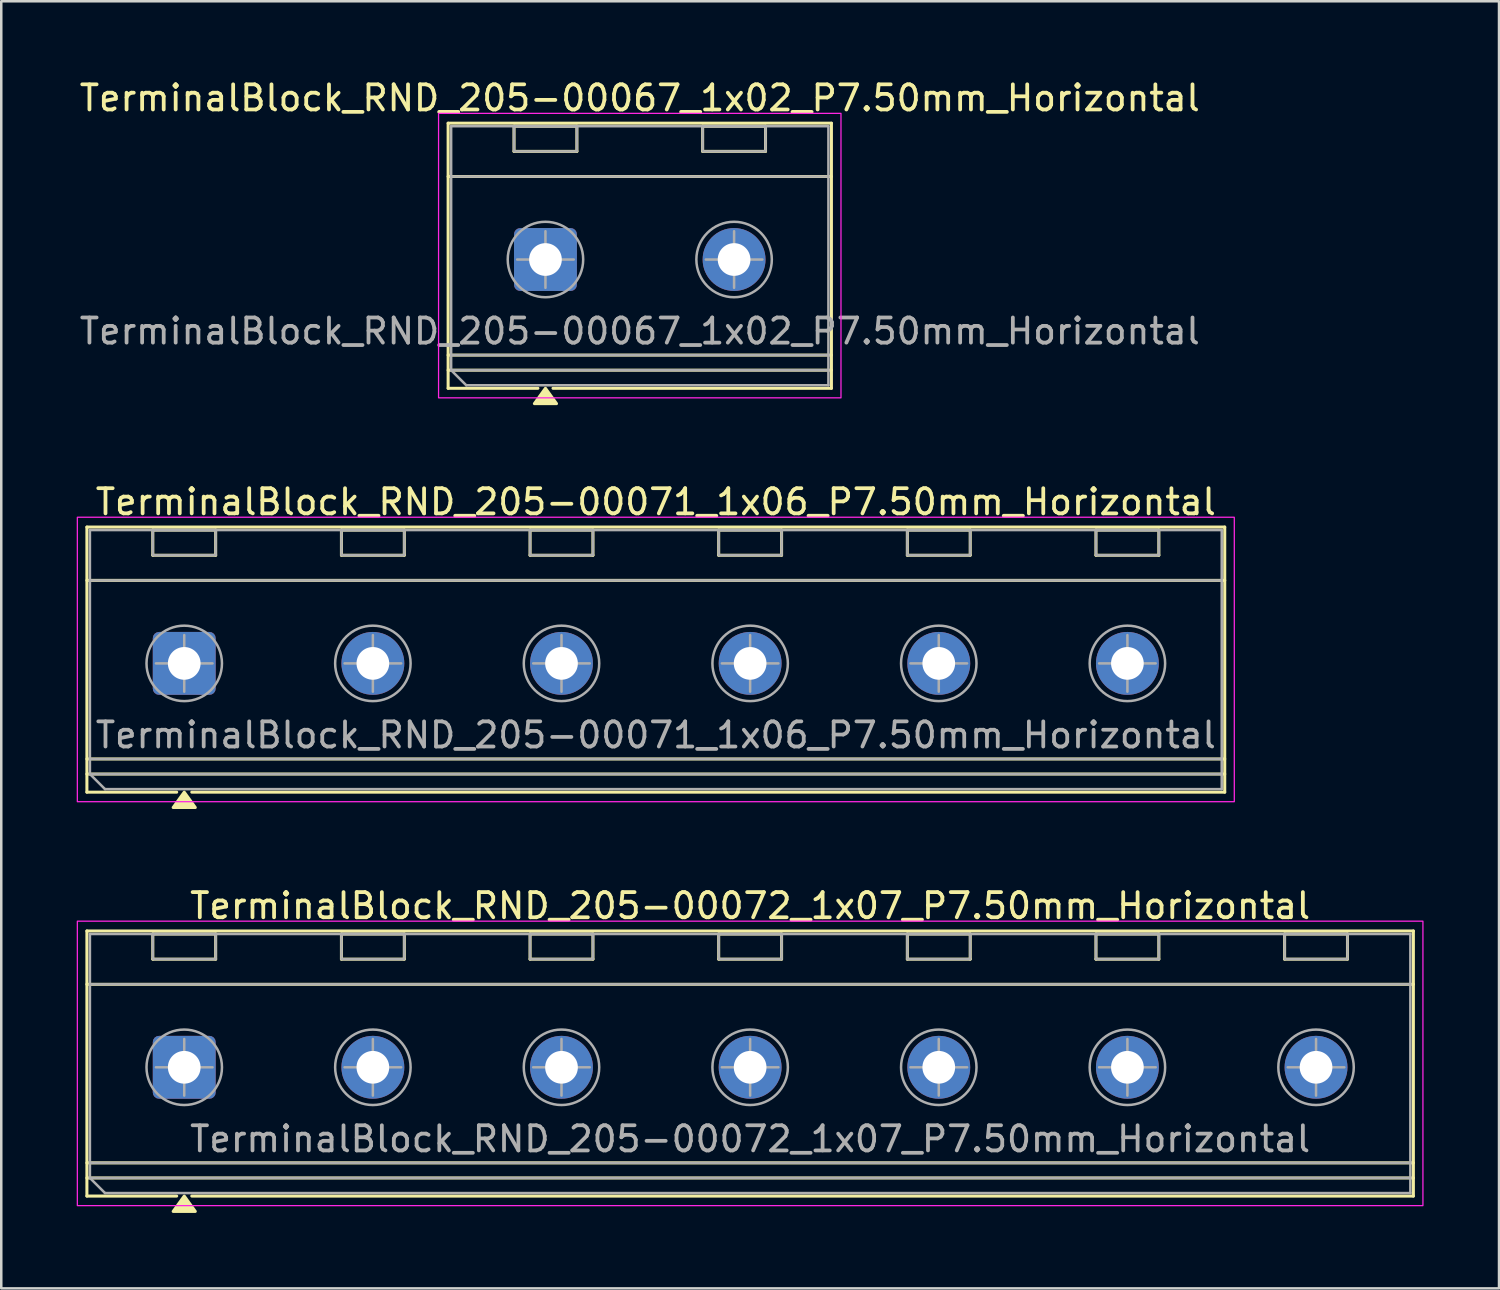
<source format=kicad_pcb>
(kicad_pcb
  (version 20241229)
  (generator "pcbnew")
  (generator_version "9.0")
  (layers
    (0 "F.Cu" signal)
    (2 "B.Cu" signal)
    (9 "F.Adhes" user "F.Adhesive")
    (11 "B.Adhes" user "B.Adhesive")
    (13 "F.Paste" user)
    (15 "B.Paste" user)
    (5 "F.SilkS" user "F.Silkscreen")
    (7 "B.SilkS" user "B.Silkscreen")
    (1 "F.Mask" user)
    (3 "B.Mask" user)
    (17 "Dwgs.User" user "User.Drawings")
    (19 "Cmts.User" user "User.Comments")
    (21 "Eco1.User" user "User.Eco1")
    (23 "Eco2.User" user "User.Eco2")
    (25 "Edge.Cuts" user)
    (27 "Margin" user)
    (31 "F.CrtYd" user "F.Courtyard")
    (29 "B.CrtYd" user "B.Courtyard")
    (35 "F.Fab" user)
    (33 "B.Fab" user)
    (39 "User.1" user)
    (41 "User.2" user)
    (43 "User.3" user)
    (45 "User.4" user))
  (footprint "TerminalBlock_RND_205-00067_1x02_P7.50mm_Horizontal"
    (layer "F.Cu")
    (at 18.637 7.268)
    (property "Reference" "TerminalBlock_RND_205-00067_1x02_P7.50mm_Horizontal" (at 3.75 -6.42 0) (layer "F.SilkS") (effects (font (size 1 1) (thickness 0.15))))
    (attr through_hole)
    (fp_line (start -3.87 -5.42) (end 11.37 -5.42) (stroke (width 0.12) (type solid)) (layer "F.SilkS"))
    (fp_line (start -3.87 -3.3) (end 11.37 -3.3) (stroke (width 0.12) (type solid)) (layer "F.SilkS"))
    (fp_line (start -3.87 3.8) (end 11.37 3.8) (stroke (width 0.12) (type solid)) (layer "F.SilkS"))
    (fp_line (start -3.87 4.4) (end 11.37 4.4) (stroke (width 0.12) (type solid)) (layer "F.SilkS"))
    (fp_line (start -3.87 5.12) (end -3.87 -5.42) (stroke (width 0.12) (type solid)) (layer "F.SilkS"))
    (fp_line (start -1.25 -5.3) (end 1.25 -5.3) (stroke (width 0.12) (type solid)) (layer "F.SilkS"))
    (fp_line (start -1.25 -4.3) (end -1.25 -5.3) (stroke (width 0.12) (type solid)) (layer "F.SilkS"))
    (fp_line (start -0.3 5.12) (end -3.87 5.12) (stroke (width 0.12) (type solid)) (layer "F.SilkS"))
    (fp_line (start 1.25 -5.3) (end 1.25 -4.3) (stroke (width 0.12) (type solid)) (layer "F.SilkS"))
    (fp_line (start 1.25 -4.3) (end -1.25 -4.3) (stroke (width 0.12) (type solid)) (layer "F.SilkS"))
    (fp_line (start 6.25 -5.3) (end 8.75 -5.3) (stroke (width 0.12) (type solid)) (layer "F.SilkS"))
    (fp_line (start 6.25 -4.3) (end 6.25 -5.3) (stroke (width 0.12) (type solid)) (layer "F.SilkS"))
    (fp_line (start 8.75 -5.3) (end 8.75 -4.3) (stroke (width 0.12) (type solid)) (layer "F.SilkS"))
    (fp_line (start 8.75 -4.3) (end 6.25 -4.3) (stroke (width 0.12) (type solid)) (layer "F.SilkS"))
    (fp_line (start 11.37 -5.42) (end 11.37 5.12) (stroke (width 0.12) (type solid)) (layer "F.SilkS"))
    (fp_line (start 11.37 5.12) (end 0.3 5.12) (stroke (width 0.12) (type solid)) (layer "F.SilkS"))
    (fp_poly (pts (xy 0 5.12) (xy 0.44 5.73) (xy -0.44 5.73)) (stroke (width 0.12) (type solid)) (fill yes) (layer "F.SilkS"))
    (fp_rect (start -4.25 -5.81) (end 11.75 5.5) (stroke (width 0.05) (type solid)) (fill no) (layer "F.CrtYd"))
    (fp_line (start -3.75 -5.3) (end 11.25 -5.3) (stroke (width 0.1) (type solid)) (layer "F.Fab"))
    (fp_line (start -3.75 -3.3) (end 11.25 -3.3) (stroke (width 0.1) (type solid)) (layer "F.Fab"))
    (fp_line (start -3.75 3.8) (end 11.25 3.8) (stroke (width 0.1) (type solid)) (layer "F.Fab"))
    (fp_line (start -3.75 4.4) (end -3.75 -5.3) (stroke (width 0.1) (type solid)) (layer "F.Fab"))
    (fp_line (start -3.75 4.4) (end 11.25 4.4) (stroke (width 0.1) (type solid)) (layer "F.Fab"))
    (fp_line (start -3.15 5) (end -3.75 4.4) (stroke (width 0.1) (type solid)) (layer "F.Fab"))
    (fp_line (start -1.125 0) (end 1.125 0) (stroke (width 0.1) (type solid)) (layer "F.Fab"))
    (fp_line (start 0 -1.125) (end 0 1.125) (stroke (width 0.1) (type solid)) (layer "F.Fab"))
    (fp_line (start 6.375 0) (end 8.625 0) (stroke (width 0.1) (type solid)) (layer "F.Fab"))
    (fp_line (start 7.5 -1.125) (end 7.5 1.125) (stroke (width 0.1) (type solid)) (layer "F.Fab"))
    (fp_line (start 11.25 -5.3) (end 11.25 5) (stroke (width 0.1) (type solid)) (layer "F.Fab"))
    (fp_line (start 11.25 5) (end -3.15 5) (stroke (width 0.1) (type solid)) (layer "F.Fab"))
    (fp_rect (start -1.25 -5.3) (end 1.25 -4.3) (stroke (width 0.1) (type solid)) (fill no) (layer "F.Fab"))
    (fp_rect (start 6.25 -5.3) (end 8.75 -4.3) (stroke (width 0.1) (type solid)) (fill no) (layer "F.Fab"))
    (fp_circle (center 0 0) (end 1.5 0) (stroke (width 0.1) (type solid)) (fill no) (layer "F.Fab"))
    (fp_circle (center 7.5 0) (end 9 0) (stroke (width 0.1) (type solid)) (fill no) (layer "F.Fab"))
    (fp_text user "${REFERENCE}" (at 3.75 2.85 0) (layer "F.Fab") (effects (font (size 1 1) (thickness 0.15))))
    (pad "1" thru_hole roundrect (at 0 0) (size 2.5 2.5) (drill 1.3) (layers "*.Cu" "*.Mask") (roundrect_rratio 0.1))
    (pad "2" thru_hole circle (at 7.5 0) (size 2.5 2.5) (drill 1.3) (layers "*.Cu" "*.Mask")))
  (footprint "TerminalBlock_RND_205-00071_1x06_P7.50mm_Horizontal"
    (layer "F.Cu")
    (at 4.275 23.326)
    (property "Reference" "TerminalBlock_RND_205-00071_1x06_P7.50mm_Horizontal" (at 18.75 -6.42 0) (layer "F.SilkS") (effects (font (size 1 1) (thickness 0.15))))
    (attr through_hole)
    (fp_line (start -3.87 -5.42) (end 41.37 -5.42) (stroke (width 0.12) (type solid)) (layer "F.SilkS"))
    (fp_line (start -3.87 -3.3) (end 41.37 -3.3) (stroke (width 0.12) (type solid)) (layer "F.SilkS"))
    (fp_line (start -3.87 3.8) (end 41.37 3.8) (stroke (width 0.12) (type solid)) (layer "F.SilkS"))
    (fp_line (start -3.87 4.4) (end 41.37 4.4) (stroke (width 0.12) (type solid)) (layer "F.SilkS"))
    (fp_line (start -3.87 5.12) (end -3.87 -5.42) (stroke (width 0.12) (type solid)) (layer "F.SilkS"))
    (fp_line (start -1.25 -5.3) (end 1.25 -5.3) (stroke (width 0.12) (type solid)) (layer "F.SilkS"))
    (fp_line (start -1.25 -4.3) (end -1.25 -5.3) (stroke (width 0.12) (type solid)) (layer "F.SilkS"))
    (fp_line (start -0.3 5.12) (end -3.87 5.12) (stroke (width 0.12) (type solid)) (layer "F.SilkS"))
    (fp_line (start 1.25 -5.3) (end 1.25 -4.3) (stroke (width 0.12) (type solid)) (layer "F.SilkS"))
    (fp_line (start 1.25 -4.3) (end -1.25 -4.3) (stroke (width 0.12) (type solid)) (layer "F.SilkS"))
    (fp_line (start 6.25 -5.3) (end 8.75 -5.3) (stroke (width 0.12) (type solid)) (layer "F.SilkS"))
    (fp_line (start 6.25 -4.3) (end 6.25 -5.3) (stroke (width 0.12) (type solid)) (layer "F.SilkS"))
    (fp_line (start 8.75 -5.3) (end 8.75 -4.3) (stroke (width 0.12) (type solid)) (layer "F.SilkS"))
    (fp_line (start 8.75 -4.3) (end 6.25 -4.3) (stroke (width 0.12) (type solid)) (layer "F.SilkS"))
    (fp_line (start 13.75 -5.3) (end 16.25 -5.3) (stroke (width 0.12) (type solid)) (layer "F.SilkS"))
    (fp_line (start 13.75 -4.3) (end 13.75 -5.3) (stroke (width 0.12) (type solid)) (layer "F.SilkS"))
    (fp_line (start 16.25 -5.3) (end 16.25 -4.3) (stroke (width 0.12) (type solid)) (layer "F.SilkS"))
    (fp_line (start 16.25 -4.3) (end 13.75 -4.3) (stroke (width 0.12) (type solid)) (layer "F.SilkS"))
    (fp_line (start 21.25 -5.3) (end 23.75 -5.3) (stroke (width 0.12) (type solid)) (layer "F.SilkS"))
    (fp_line (start 21.25 -4.3) (end 21.25 -5.3) (stroke (width 0.12) (type solid)) (layer "F.SilkS"))
    (fp_line (start 23.75 -5.3) (end 23.75 -4.3) (stroke (width 0.12) (type solid)) (layer "F.SilkS"))
    (fp_line (start 23.75 -4.3) (end 21.25 -4.3) (stroke (width 0.12) (type solid)) (layer "F.SilkS"))
    (fp_line (start 28.75 -5.3) (end 31.25 -5.3) (stroke (width 0.12) (type solid)) (layer "F.SilkS"))
    (fp_line (start 28.75 -4.3) (end 28.75 -5.3) (stroke (width 0.12) (type solid)) (layer "F.SilkS"))
    (fp_line (start 31.25 -5.3) (end 31.25 -4.3) (stroke (width 0.12) (type solid)) (layer "F.SilkS"))
    (fp_line (start 31.25 -4.3) (end 28.75 -4.3) (stroke (width 0.12) (type solid)) (layer "F.SilkS"))
    (fp_line (start 36.25 -5.3) (end 38.75 -5.3) (stroke (width 0.12) (type solid)) (layer "F.SilkS"))
    (fp_line (start 36.25 -4.3) (end 36.25 -5.3) (stroke (width 0.12) (type solid)) (layer "F.SilkS"))
    (fp_line (start 38.75 -5.3) (end 38.75 -4.3) (stroke (width 0.12) (type solid)) (layer "F.SilkS"))
    (fp_line (start 38.75 -4.3) (end 36.25 -4.3) (stroke (width 0.12) (type solid)) (layer "F.SilkS"))
    (fp_line (start 41.37 -5.42) (end 41.37 5.12) (stroke (width 0.12) (type solid)) (layer "F.SilkS"))
    (fp_line (start 41.37 5.12) (end 0.3 5.12) (stroke (width 0.12) (type solid)) (layer "F.SilkS"))
    (fp_poly (pts (xy 0 5.12) (xy 0.44 5.73) (xy -0.44 5.73)) (stroke (width 0.12) (type solid)) (fill yes) (layer "F.SilkS"))
    (fp_rect (start -4.25 -5.81) (end 41.75 5.5) (stroke (width 0.05) (type solid)) (fill no) (layer "F.CrtYd"))
    (fp_line (start -3.75 -5.3) (end 41.25 -5.3) (stroke (width 0.1) (type solid)) (layer "F.Fab"))
    (fp_line (start -3.75 -3.3) (end 41.25 -3.3) (stroke (width 0.1) (type solid)) (layer "F.Fab"))
    (fp_line (start -3.75 3.8) (end 41.25 3.8) (stroke (width 0.1) (type solid)) (layer "F.Fab"))
    (fp_line (start -3.75 4.4) (end -3.75 -5.3) (stroke (width 0.1) (type solid)) (layer "F.Fab"))
    (fp_line (start -3.75 4.4) (end 41.25 4.4) (stroke (width 0.1) (type solid)) (layer "F.Fab"))
    (fp_line (start -3.15 5) (end -3.75 4.4) (stroke (width 0.1) (type solid)) (layer "F.Fab"))
    (fp_line (start -1.125 0) (end 1.125 0) (stroke (width 0.1) (type solid)) (layer "F.Fab"))
    (fp_line (start 0 -1.125) (end 0 1.125) (stroke (width 0.1) (type solid)) (layer "F.Fab"))
    (fp_line (start 6.375 0) (end 8.625 0) (stroke (width 0.1) (type solid)) (layer "F.Fab"))
    (fp_line (start 7.5 -1.125) (end 7.5 1.125) (stroke (width 0.1) (type solid)) (layer "F.Fab"))
    (fp_line (start 13.875 0) (end 16.125 0) (stroke (width 0.1) (type solid)) (layer "F.Fab"))
    (fp_line (start 15 -1.125) (end 15 1.125) (stroke (width 0.1) (type solid)) (layer "F.Fab"))
    (fp_line (start 21.375 0) (end 23.625 0) (stroke (width 0.1) (type solid)) (layer "F.Fab"))
    (fp_line (start 22.5 -1.125) (end 22.5 1.125) (stroke (width 0.1) (type solid)) (layer "F.Fab"))
    (fp_line (start 28.875 0) (end 31.125 0) (stroke (width 0.1) (type solid)) (layer "F.Fab"))
    (fp_line (start 30 -1.125) (end 30 1.125) (stroke (width 0.1) (type solid)) (layer "F.Fab"))
    (fp_line (start 36.375 0) (end 38.625 0) (stroke (width 0.1) (type solid)) (layer "F.Fab"))
    (fp_line (start 37.5 -1.125) (end 37.5 1.125) (stroke (width 0.1) (type solid)) (layer "F.Fab"))
    (fp_line (start 41.25 -5.3) (end 41.25 5) (stroke (width 0.1) (type solid)) (layer "F.Fab"))
    (fp_line (start 41.25 5) (end -3.15 5) (stroke (width 0.1) (type solid)) (layer "F.Fab"))
    (fp_rect (start -1.25 -5.3) (end 1.25 -4.3) (stroke (width 0.1) (type solid)) (fill no) (layer "F.Fab"))
    (fp_rect (start 6.25 -5.3) (end 8.75 -4.3) (stroke (width 0.1) (type solid)) (fill no) (layer "F.Fab"))
    (fp_rect (start 13.75 -5.3) (end 16.25 -4.3) (stroke (width 0.1) (type solid)) (fill no) (layer "F.Fab"))
    (fp_rect (start 21.25 -5.3) (end 23.75 -4.3) (stroke (width 0.1) (type solid)) (fill no) (layer "F.Fab"))
    (fp_rect (start 28.75 -5.3) (end 31.25 -4.3) (stroke (width 0.1) (type solid)) (fill no) (layer "F.Fab"))
    (fp_rect (start 36.25 -5.3) (end 38.75 -4.3) (stroke (width 0.1) (type solid)) (fill no) (layer "F.Fab"))
    (fp_circle (center 0 0) (end 1.5 0) (stroke (width 0.1) (type solid)) (fill no) (layer "F.Fab"))
    (fp_circle (center 7.5 0) (end 9 0) (stroke (width 0.1) (type solid)) (fill no) (layer "F.Fab"))
    (fp_circle (center 15 0) (end 16.5 0) (stroke (width 0.1) (type solid)) (fill no) (layer "F.Fab"))
    (fp_circle (center 22.5 0) (end 24 0) (stroke (width 0.1) (type solid)) (fill no) (layer "F.Fab"))
    (fp_circle (center 30 0) (end 31.5 0) (stroke (width 0.1) (type solid)) (fill no) (layer "F.Fab"))
    (fp_circle (center 37.5 0) (end 39 0) (stroke (width 0.1) (type solid)) (fill no) (layer "F.Fab"))
    (fp_text user "${REFERENCE}" (at 18.75 2.85 0) (layer "F.Fab") (effects (font (size 1 1) (thickness 0.15))))
    (pad "1" thru_hole roundrect (at 0 0) (size 2.5 2.5) (drill 1.3) (layers "*.Cu" "*.Mask") (roundrect_rratio 0.1))
    (pad "2" thru_hole circle (at 7.5 0) (size 2.5 2.5) (drill 1.3) (layers "*.Cu" "*.Mask"))
    (pad "3" thru_hole circle (at 15 0) (size 2.5 2.5) (drill 1.3) (layers "*.Cu" "*.Mask"))
    (pad "4" thru_hole circle (at 22.5 0) (size 2.5 2.5) (drill 1.3) (layers "*.Cu" "*.Mask"))
    (pad "5" thru_hole circle (at 30 0) (size 2.5 2.5) (drill 1.3) (layers "*.Cu" "*.Mask"))
    (pad "6" thru_hole circle (at 37.5 0) (size 2.5 2.5) (drill 1.3) (layers "*.Cu" "*.Mask")))
  (footprint "TerminalBlock_RND_205-00072_1x07_P7.50mm_Horizontal"
    (layer "F.Cu")
    (at 4.275 39.385)
    (property "Reference" "TerminalBlock_RND_205-00072_1x07_P7.50mm_Horizontal" (at 22.5 -6.42 0) (layer "F.SilkS") (effects (font (size 1 1) (thickness 0.15))))
    (attr through_hole)
    (fp_line (start -3.87 -5.42) (end 48.87 -5.42) (stroke (width 0.12) (type solid)) (layer "F.SilkS"))
    (fp_line (start -3.87 -3.3) (end 48.87 -3.3) (stroke (width 0.12) (type solid)) (layer "F.SilkS"))
    (fp_line (start -3.87 3.8) (end 48.87 3.8) (stroke (width 0.12) (type solid)) (layer "F.SilkS"))
    (fp_line (start -3.87 4.4) (end 48.87 4.4) (stroke (width 0.12) (type solid)) (layer "F.SilkS"))
    (fp_line (start -3.87 5.12) (end -3.87 -5.42) (stroke (width 0.12) (type solid)) (layer "F.SilkS"))
    (fp_line (start -1.25 -5.3) (end 1.25 -5.3) (stroke (width 0.12) (type solid)) (layer "F.SilkS"))
    (fp_line (start -1.25 -4.3) (end -1.25 -5.3) (stroke (width 0.12) (type solid)) (layer "F.SilkS"))
    (fp_line (start -0.3 5.12) (end -3.87 5.12) (stroke (width 0.12) (type solid)) (layer "F.SilkS"))
    (fp_line (start 1.25 -5.3) (end 1.25 -4.3) (stroke (width 0.12) (type solid)) (layer "F.SilkS"))
    (fp_line (start 1.25 -4.3) (end -1.25 -4.3) (stroke (width 0.12) (type solid)) (layer "F.SilkS"))
    (fp_line (start 6.25 -5.3) (end 8.75 -5.3) (stroke (width 0.12) (type solid)) (layer "F.SilkS"))
    (fp_line (start 6.25 -4.3) (end 6.25 -5.3) (stroke (width 0.12) (type solid)) (layer "F.SilkS"))
    (fp_line (start 8.75 -5.3) (end 8.75 -4.3) (stroke (width 0.12) (type solid)) (layer "F.SilkS"))
    (fp_line (start 8.75 -4.3) (end 6.25 -4.3) (stroke (width 0.12) (type solid)) (layer "F.SilkS"))
    (fp_line (start 13.75 -5.3) (end 16.25 -5.3) (stroke (width 0.12) (type solid)) (layer "F.SilkS"))
    (fp_line (start 13.75 -4.3) (end 13.75 -5.3) (stroke (width 0.12) (type solid)) (layer "F.SilkS"))
    (fp_line (start 16.25 -5.3) (end 16.25 -4.3) (stroke (width 0.12) (type solid)) (layer "F.SilkS"))
    (fp_line (start 16.25 -4.3) (end 13.75 -4.3) (stroke (width 0.12) (type solid)) (layer "F.SilkS"))
    (fp_line (start 21.25 -5.3) (end 23.75 -5.3) (stroke (width 0.12) (type solid)) (layer "F.SilkS"))
    (fp_line (start 21.25 -4.3) (end 21.25 -5.3) (stroke (width 0.12) (type solid)) (layer "F.SilkS"))
    (fp_line (start 23.75 -5.3) (end 23.75 -4.3) (stroke (width 0.12) (type solid)) (layer "F.SilkS"))
    (fp_line (start 23.75 -4.3) (end 21.25 -4.3) (stroke (width 0.12) (type solid)) (layer "F.SilkS"))
    (fp_line (start 28.75 -5.3) (end 31.25 -5.3) (stroke (width 0.12) (type solid)) (layer "F.SilkS"))
    (fp_line (start 28.75 -4.3) (end 28.75 -5.3) (stroke (width 0.12) (type solid)) (layer "F.SilkS"))
    (fp_line (start 31.25 -5.3) (end 31.25 -4.3) (stroke (width 0.12) (type solid)) (layer "F.SilkS"))
    (fp_line (start 31.25 -4.3) (end 28.75 -4.3) (stroke (width 0.12) (type solid)) (layer "F.SilkS"))
    (fp_line (start 36.25 -5.3) (end 38.75 -5.3) (stroke (width 0.12) (type solid)) (layer "F.SilkS"))
    (fp_line (start 36.25 -4.3) (end 36.25 -5.3) (stroke (width 0.12) (type solid)) (layer "F.SilkS"))
    (fp_line (start 38.75 -5.3) (end 38.75 -4.3) (stroke (width 0.12) (type solid)) (layer "F.SilkS"))
    (fp_line (start 38.75 -4.3) (end 36.25 -4.3) (stroke (width 0.12) (type solid)) (layer "F.SilkS"))
    (fp_line (start 43.75 -5.3) (end 46.25 -5.3) (stroke (width 0.12) (type solid)) (layer "F.SilkS"))
    (fp_line (start 43.75 -4.3) (end 43.75 -5.3) (stroke (width 0.12) (type solid)) (layer "F.SilkS"))
    (fp_line (start 46.25 -5.3) (end 46.25 -4.3) (stroke (width 0.12) (type solid)) (layer "F.SilkS"))
    (fp_line (start 46.25 -4.3) (end 43.75 -4.3) (stroke (width 0.12) (type solid)) (layer "F.SilkS"))
    (fp_line (start 48.87 -5.42) (end 48.87 5.12) (stroke (width 0.12) (type solid)) (layer "F.SilkS"))
    (fp_line (start 48.87 5.12) (end 0.3 5.12) (stroke (width 0.12) (type solid)) (layer "F.SilkS"))
    (fp_poly (pts (xy 0 5.12) (xy 0.44 5.73) (xy -0.44 5.73)) (stroke (width 0.12) (type solid)) (fill yes) (layer "F.SilkS"))
    (fp_rect (start -4.25 -5.81) (end 49.25 5.5) (stroke (width 0.05) (type solid)) (fill no) (layer "F.CrtYd"))
    (fp_line (start -3.75 -5.3) (end 48.75 -5.3) (stroke (width 0.1) (type solid)) (layer "F.Fab"))
    (fp_line (start -3.75 -3.3) (end 48.75 -3.3) (stroke (width 0.1) (type solid)) (layer "F.Fab"))
    (fp_line (start -3.75 3.8) (end 48.75 3.8) (stroke (width 0.1) (type solid)) (layer "F.Fab"))
    (fp_line (start -3.75 4.4) (end -3.75 -5.3) (stroke (width 0.1) (type solid)) (layer "F.Fab"))
    (fp_line (start -3.75 4.4) (end 48.75 4.4) (stroke (width 0.1) (type solid)) (layer "F.Fab"))
    (fp_line (start -3.15 5) (end -3.75 4.4) (stroke (width 0.1) (type solid)) (layer "F.Fab"))
    (fp_line (start -1.125 0) (end 1.125 0) (stroke (width 0.1) (type solid)) (layer "F.Fab"))
    (fp_line (start 0 -1.125) (end 0 1.125) (stroke (width 0.1) (type solid)) (layer "F.Fab"))
    (fp_line (start 6.375 0) (end 8.625 0) (stroke (width 0.1) (type solid)) (layer "F.Fab"))
    (fp_line (start 7.5 -1.125) (end 7.5 1.125) (stroke (width 0.1) (type solid)) (layer "F.Fab"))
    (fp_line (start 13.875 0) (end 16.125 0) (stroke (width 0.1) (type solid)) (layer "F.Fab"))
    (fp_line (start 15 -1.125) (end 15 1.125) (stroke (width 0.1) (type solid)) (layer "F.Fab"))
    (fp_line (start 21.375 0) (end 23.625 0) (stroke (width 0.1) (type solid)) (layer "F.Fab"))
    (fp_line (start 22.5 -1.125) (end 22.5 1.125) (stroke (width 0.1) (type solid)) (layer "F.Fab"))
    (fp_line (start 28.875 0) (end 31.125 0) (stroke (width 0.1) (type solid)) (layer "F.Fab"))
    (fp_line (start 30 -1.125) (end 30 1.125) (stroke (width 0.1) (type solid)) (layer "F.Fab"))
    (fp_line (start 36.375 0) (end 38.625 0) (stroke (width 0.1) (type solid)) (layer "F.Fab"))
    (fp_line (start 37.5 -1.125) (end 37.5 1.125) (stroke (width 0.1) (type solid)) (layer "F.Fab"))
    (fp_line (start 43.875 0) (end 46.125 0) (stroke (width 0.1) (type solid)) (layer "F.Fab"))
    (fp_line (start 45 -1.125) (end 45 1.125) (stroke (width 0.1) (type solid)) (layer "F.Fab"))
    (fp_line (start 48.75 -5.3) (end 48.75 5) (stroke (width 0.1) (type solid)) (layer "F.Fab"))
    (fp_line (start 48.75 5) (end -3.15 5) (stroke (width 0.1) (type solid)) (layer "F.Fab"))
    (fp_rect (start -1.25 -5.3) (end 1.25 -4.3) (stroke (width 0.1) (type solid)) (fill no) (layer "F.Fab"))
    (fp_rect (start 6.25 -5.3) (end 8.75 -4.3) (stroke (width 0.1) (type solid)) (fill no) (layer "F.Fab"))
    (fp_rect (start 13.75 -5.3) (end 16.25 -4.3) (stroke (width 0.1) (type solid)) (fill no) (layer "F.Fab"))
    (fp_rect (start 21.25 -5.3) (end 23.75 -4.3) (stroke (width 0.1) (type solid)) (fill no) (layer "F.Fab"))
    (fp_rect (start 28.75 -5.3) (end 31.25 -4.3) (stroke (width 0.1) (type solid)) (fill no) (layer "F.Fab"))
    (fp_rect (start 36.25 -5.3) (end 38.75 -4.3) (stroke (width 0.1) (type solid)) (fill no) (layer "F.Fab"))
    (fp_rect (start 43.75 -5.3) (end 46.25 -4.3) (stroke (width 0.1) (type solid)) (fill no) (layer "F.Fab"))
    (fp_circle (center 0 0) (end 1.5 0) (stroke (width 0.1) (type solid)) (fill no) (layer "F.Fab"))
    (fp_circle (center 7.5 0) (end 9 0) (stroke (width 0.1) (type solid)) (fill no) (layer "F.Fab"))
    (fp_circle (center 15 0) (end 16.5 0) (stroke (width 0.1) (type solid)) (fill no) (layer "F.Fab"))
    (fp_circle (center 22.5 0) (end 24 0) (stroke (width 0.1) (type solid)) (fill no) (layer "F.Fab"))
    (fp_circle (center 30 0) (end 31.5 0) (stroke (width 0.1) (type solid)) (fill no) (layer "F.Fab"))
    (fp_circle (center 37.5 0) (end 39 0) (stroke (width 0.1) (type solid)) (fill no) (layer "F.Fab"))
    (fp_circle (center 45 0) (end 46.5 0) (stroke (width 0.1) (type solid)) (fill no) (layer "F.Fab"))
    (fp_text user "${REFERENCE}" (at 22.5 2.85 0) (layer "F.Fab") (effects (font (size 1 1) (thickness 0.15))))
    (pad "1" thru_hole roundrect (at 0 0) (size 2.5 2.5) (drill 1.3) (layers "*.Cu" "*.Mask") (roundrect_rratio 0.1))
    (pad "2" thru_hole circle (at 7.5 0) (size 2.5 2.5) (drill 1.3) (layers "*.Cu" "*.Mask"))
    (pad "3" thru_hole circle (at 15 0) (size 2.5 2.5) (drill 1.3) (layers "*.Cu" "*.Mask"))
    (pad "4" thru_hole circle (at 22.5 0) (size 2.5 2.5) (drill 1.3) (layers "*.Cu" "*.Mask"))
    (pad "5" thru_hole circle (at 30 0) (size 2.5 2.5) (drill 1.3) (layers "*.Cu" "*.Mask"))
    (pad "6" thru_hole circle (at 37.5 0) (size 2.5 2.5) (drill 1.3) (layers "*.Cu" "*.Mask"))
    (pad "7" thru_hole circle (at 45 0) (size 2.5 2.5) (drill 1.3) (layers "*.Cu" "*.Mask")))
  (gr_rect
    (start -3 -3)
    (end 56.55 48.175)
    (stroke (width 0.1) (type default))
    (fill no)
    (layer "Edge.Cuts")))
</source>
